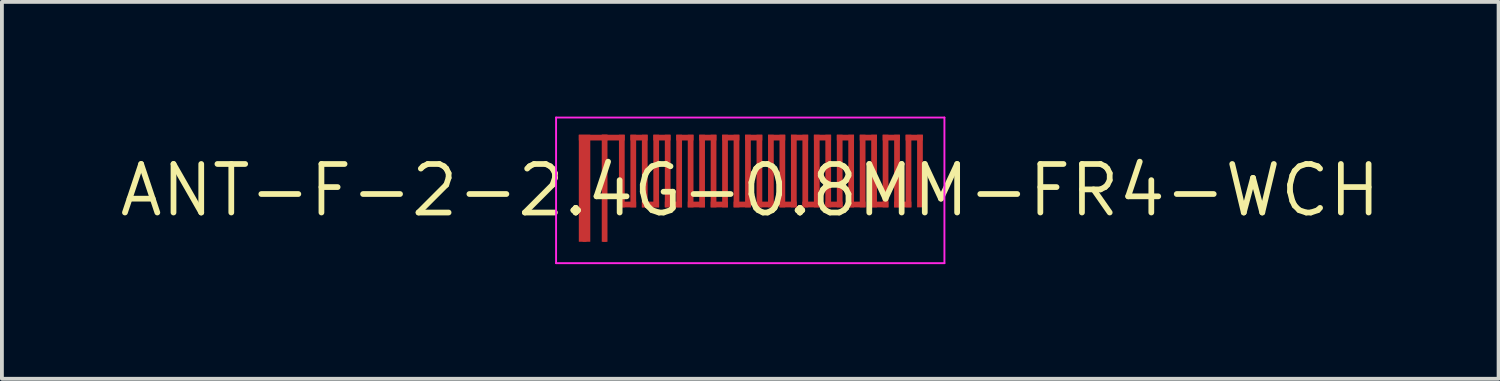
<source format=kicad_pcb>
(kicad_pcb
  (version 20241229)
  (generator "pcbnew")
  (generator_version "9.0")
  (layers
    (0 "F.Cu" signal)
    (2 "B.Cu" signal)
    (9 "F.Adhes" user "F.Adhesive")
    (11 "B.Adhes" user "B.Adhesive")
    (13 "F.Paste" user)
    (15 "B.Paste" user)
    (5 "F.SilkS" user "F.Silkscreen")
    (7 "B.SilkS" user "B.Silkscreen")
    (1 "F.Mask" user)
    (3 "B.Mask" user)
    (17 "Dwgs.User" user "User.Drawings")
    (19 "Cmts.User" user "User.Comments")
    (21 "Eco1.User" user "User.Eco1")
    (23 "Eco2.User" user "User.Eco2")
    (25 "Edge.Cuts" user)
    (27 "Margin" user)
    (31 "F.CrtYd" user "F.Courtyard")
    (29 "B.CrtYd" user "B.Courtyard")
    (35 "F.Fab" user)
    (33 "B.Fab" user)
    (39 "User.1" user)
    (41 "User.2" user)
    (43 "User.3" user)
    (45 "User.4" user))
  (footprint "ANT-F-2-2.4G-0.8MM-FR4-WCH"
    (layer "F.Cu")
    (at 16.578 1.93)
    (property "Reference" "ANT-F-2-2.4G-0.8MM-FR4-WCH" (at 0 0 0) (layer "F.SilkS") (effects (font (size 1.27 1.27) (thickness 0.15))))
    (attr exclude_from_pos_files exclude_from_bom)
    (fp_poly (pts (xy -4.485 1.345) (xy -4.185 1.345) (xy -4.185 -1.455) (xy -4.485 -1.455)) (stroke (width 0) (type solid)) (fill yes) (layer "F.Cu"))
    (fp_poly (pts (xy -3.885 -1.305) (xy -3.285 -1.305) (xy -3.285 -1.455) (xy -3.885 -1.455)) (stroke (width 0) (type solid)) (fill yes) (layer "F.Cu"))
    (fp_poly (pts (xy -3.885 1.345) (xy -3.735 1.345) (xy -3.735 -1.455) (xy -3.885 -1.455)) (stroke (width 0) (type solid)) (fill yes) (layer "F.Cu"))
    (fp_poly (pts (xy -3.735 -1.305) (xy -3.735 -1.455) (xy -4.485 -1.455) (xy -4.485 -1.305)) (stroke (width 0) (type solid)) (fill yes) (layer "F.Cu"))
    (fp_poly (pts (xy -3.435 0.445) (xy -3.285 0.445) (xy -3.285 -1.455) (xy -3.435 -1.455)) (stroke (width 0) (type solid)) (fill yes) (layer "F.Cu"))
    (fp_poly (pts (xy -3.435 0.445) (xy -2.985 0.445) (xy -2.985 0.295) (xy -3.435 0.295)) (stroke (width 0) (type solid)) (fill yes) (layer "F.Cu"))
    (fp_poly (pts (xy -3.135 0.445) (xy -2.985 0.445) (xy -2.985 -1.455) (xy -3.135 -1.455)) (stroke (width 0) (type solid)) (fill yes) (layer "F.Cu"))
    (fp_poly (pts (xy -3.135 -1.305) (xy -2.685 -1.305) (xy -2.685 -1.455) (xy -3.135 -1.455)) (stroke (width 0) (type solid)) (fill yes) (layer "F.Cu"))
    (fp_poly (pts (xy -2.835 0.445) (xy -2.685 0.445) (xy -2.685 -1.455) (xy -2.835 -1.455)) (stroke (width 0) (type solid)) (fill yes) (layer "F.Cu"))
    (fp_poly (pts (xy -2.835 0.445) (xy -2.385 0.445) (xy -2.385 0.295) (xy -2.835 0.295)) (stroke (width 0) (type solid)) (fill yes) (layer "F.Cu"))
    (fp_poly (pts (xy -2.535 -1.305) (xy -2.085 -1.305) (xy -2.085 -1.455) (xy -2.535 -1.455)) (stroke (width 0) (type solid)) (fill yes) (layer "F.Cu"))
    (fp_poly (pts (xy -2.535 0.445) (xy -2.385 0.445) (xy -2.385 -1.455) (xy -2.535 -1.455)) (stroke (width 0) (type solid)) (fill yes) (layer "F.Cu"))
    (fp_poly (pts (xy -2.235 0.445) (xy -2.085 0.445) (xy -2.085 -1.455) (xy -2.235 -1.455)) (stroke (width 0) (type solid)) (fill yes) (layer "F.Cu"))
    (fp_poly (pts (xy -2.235 0.445) (xy -1.785 0.445) (xy -1.785 0.295) (xy -2.235 0.295)) (stroke (width 0) (type solid)) (fill yes) (layer "F.Cu"))
    (fp_poly (pts (xy -1.935 0.445) (xy -1.785 0.445) (xy -1.785 -1.455) (xy -1.935 -1.455)) (stroke (width 0) (type solid)) (fill yes) (layer "F.Cu"))
    (fp_poly (pts (xy -1.935 -1.305) (xy -1.485 -1.305) (xy -1.485 -1.455) (xy -1.935 -1.455)) (stroke (width 0) (type solid)) (fill yes) (layer "F.Cu"))
    (fp_poly (pts (xy -1.635 0.445) (xy -1.485 0.445) (xy -1.485 -1.455) (xy -1.635 -1.455)) (stroke (width 0) (type solid)) (fill yes) (layer "F.Cu"))
    (fp_poly (pts (xy -1.635 0.445) (xy -1.185 0.445) (xy -1.185 0.295) (xy -1.635 0.295)) (stroke (width 0) (type solid)) (fill yes) (layer "F.Cu"))
    (fp_poly (pts (xy -1.335 0.445) (xy -1.185 0.445) (xy -1.185 -1.455) (xy -1.335 -1.455)) (stroke (width 0) (type solid)) (fill yes) (layer "F.Cu"))
    (fp_poly (pts (xy -1.335 -1.305) (xy -0.885 -1.305) (xy -0.885 -1.455) (xy -1.335 -1.455)) (stroke (width 0) (type solid)) (fill yes) (layer "F.Cu"))
    (fp_poly (pts (xy -1.035 0.445) (xy -0.885 0.445) (xy -0.885 -1.455) (xy -1.035 -1.455)) (stroke (width 0) (type solid)) (fill yes) (layer "F.Cu"))
    (fp_poly (pts (xy -1.035 0.445) (xy -0.585 0.445) (xy -0.585 0.295) (xy -1.035 0.295)) (stroke (width 0) (type solid)) (fill yes) (layer "F.Cu"))
    (fp_poly (pts (xy -0.735 0.445) (xy -0.585 0.445) (xy -0.585 -1.455) (xy -0.735 -1.455)) (stroke (width 0) (type solid)) (fill yes) (layer "F.Cu"))
    (fp_poly (pts (xy -0.735 -1.305) (xy -0.285 -1.305) (xy -0.285 -1.455) (xy -0.735 -1.455)) (stroke (width 0) (type solid)) (fill yes) (layer "F.Cu"))
    (fp_poly (pts (xy -0.435 0.445) (xy -0.285 0.445) (xy -0.285 -1.455) (xy -0.435 -1.455)) (stroke (width 0) (type solid)) (fill yes) (layer "F.Cu"))
    (fp_poly (pts (xy -0.435 0.445) (xy 0.015 0.445) (xy 0.015 0.295) (xy -0.435 0.295)) (stroke (width 0) (type solid)) (fill yes) (layer "F.Cu"))
    (fp_poly (pts (xy -0.135 0.445) (xy 0.015 0.445) (xy 0.015 -1.455) (xy -0.135 -1.455)) (stroke (width 0) (type solid)) (fill yes) (layer "F.Cu"))
    (fp_poly (pts (xy -0.135 -1.305) (xy 0.315 -1.305) (xy 0.315 -1.455) (xy -0.135 -1.455)) (stroke (width 0) (type solid)) (fill yes) (layer "F.Cu"))
    (fp_poly (pts (xy 0.165 0.445) (xy 0.315 0.445) (xy 0.315 -1.455) (xy 0.165 -1.455)) (stroke (width 0) (type solid)) (fill yes) (layer "F.Cu"))
    (fp_poly (pts (xy 0.165 0.445) (xy 0.615 0.445) (xy 0.615 0.295) (xy 0.165 0.295)) (stroke (width 0) (type solid)) (fill yes) (layer "F.Cu"))
    (fp_poly (pts (xy 0.465 0.445) (xy 0.615 0.445) (xy 0.615 -1.455) (xy 0.465 -1.455)) (stroke (width 0) (type solid)) (fill yes) (layer "F.Cu"))
    (fp_poly (pts (xy 0.465 -1.305) (xy 0.915 -1.305) (xy 0.915 -1.455) (xy 0.465 -1.455)) (stroke (width 0) (type solid)) (fill yes) (layer "F.Cu"))
    (fp_poly (pts (xy 0.765 0.445) (xy 0.915 0.445) (xy 0.915 -1.455) (xy 0.765 -1.455)) (stroke (width 0) (type solid)) (fill yes) (layer "F.Cu"))
    (fp_poly (pts (xy 0.765 0.445) (xy 1.215 0.445) (xy 1.215 0.295) (xy 0.765 0.295)) (stroke (width 0) (type solid)) (fill yes) (layer "F.Cu"))
    (fp_poly (pts (xy 1.065 0.445) (xy 1.215 0.445) (xy 1.215 -1.455) (xy 1.065 -1.455)) (stroke (width 0) (type solid)) (fill yes) (layer "F.Cu"))
    (fp_poly (pts (xy 1.065 -1.305) (xy 1.515 -1.305) (xy 1.515 -1.455) (xy 1.065 -1.455)) (stroke (width 0) (type solid)) (fill yes) (layer "F.Cu"))
    (fp_poly (pts (xy 1.365 0.445) (xy 1.515 0.445) (xy 1.515 -1.455) (xy 1.365 -1.455)) (stroke (width 0) (type solid)) (fill yes) (layer "F.Cu"))
    (fp_poly (pts (xy 1.365 0.445) (xy 1.815 0.445) (xy 1.815 0.295) (xy 1.365 0.295)) (stroke (width 0) (type solid)) (fill yes) (layer "F.Cu"))
    (fp_poly (pts (xy 1.665 0.445) (xy 1.815 0.445) (xy 1.815 -1.455) (xy 1.665 -1.455)) (stroke (width 0) (type solid)) (fill yes) (layer "F.Cu"))
    (fp_poly (pts (xy 1.665 -1.305) (xy 2.115 -1.305) (xy 2.115 -1.455) (xy 1.665 -1.455)) (stroke (width 0) (type solid)) (fill yes) (layer "F.Cu"))
    (fp_poly (pts (xy 1.965 0.445) (xy 2.115 0.445) (xy 2.115 -1.455) (xy 1.965 -1.455)) (stroke (width 0) (type solid)) (fill yes) (layer "F.Cu"))
    (fp_poly (pts (xy 1.965 0.445) (xy 2.415 0.445) (xy 2.415 0.295) (xy 1.965 0.295)) (stroke (width 0) (type solid)) (fill yes) (layer "F.Cu"))
    (fp_poly (pts (xy 2.265 0.445) (xy 2.415 0.445) (xy 2.415 -1.455) (xy 2.265 -1.455)) (stroke (width 0) (type solid)) (fill yes) (layer "F.Cu"))
    (fp_poly (pts (xy 2.265 -1.305) (xy 2.715 -1.305) (xy 2.715 -1.455) (xy 2.265 -1.455)) (stroke (width 0) (type solid)) (fill yes) (layer "F.Cu"))
    (fp_poly (pts (xy 2.565 0.445) (xy 2.715 0.445) (xy 2.715 -1.455) (xy 2.565 -1.455)) (stroke (width 0) (type solid)) (fill yes) (layer "F.Cu"))
    (fp_poly (pts (xy 2.565 0.445) (xy 3.015 0.445) (xy 3.015 0.295) (xy 2.565 0.295)) (stroke (width 0) (type solid)) (fill yes) (layer "F.Cu"))
    (fp_poly (pts (xy 2.865 0.445) (xy 3.015 0.445) (xy 3.015 -1.455) (xy 2.865 -1.455)) (stroke (width 0) (type solid)) (fill yes) (layer "F.Cu"))
    (fp_poly (pts (xy 2.865 -1.305) (xy 3.315 -1.305) (xy 3.315 -1.455) (xy 2.865 -1.455)) (stroke (width 0) (type solid)) (fill yes) (layer "F.Cu"))
    (fp_poly (pts (xy 3.165 0.445) (xy 3.315 0.445) (xy 3.315 -1.455) (xy 3.165 -1.455)) (stroke (width 0) (type solid)) (fill yes) (layer "F.Cu"))
    (fp_poly (pts (xy 3.165 0.445) (xy 3.615 0.445) (xy 3.615 0.295) (xy 3.165 0.295)) (stroke (width 0) (type solid)) (fill yes) (layer "F.Cu"))
    (fp_poly (pts (xy 3.465 0.445) (xy 3.615 0.445) (xy 3.615 -1.455) (xy 3.465 -1.455)) (stroke (width 0) (type solid)) (fill yes) (layer "F.Cu"))
    (fp_poly (pts (xy 3.465 -1.305) (xy 3.915 -1.305) (xy 3.915 -1.455) (xy 3.465 -1.455)) (stroke (width 0) (type solid)) (fill yes) (layer "F.Cu"))
    (fp_poly (pts (xy 3.765 0.445) (xy 3.915 0.445) (xy 3.915 -1.455) (xy 3.765 -1.455)) (stroke (width 0) (type solid)) (fill yes) (layer "F.Cu"))
    (fp_poly (pts (xy 3.765 0.445) (xy 4.215 0.445) (xy 4.215 0.295) (xy 3.765 0.295)) (stroke (width 0) (type solid)) (fill yes) (layer "F.Cu"))
    (fp_poly (pts (xy 4.065 0.445) (xy 4.215 0.445) (xy 4.215 -1.455) (xy 4.065 -1.455)) (stroke (width 0) (type solid)) (fill yes) (layer "F.Cu"))
    (fp_poly (pts (xy 4.065 -1.305) (xy 4.515 -1.305) (xy 4.515 -1.455) (xy 4.065 -1.455)) (stroke (width 0) (type solid)) (fill yes) (layer "F.Cu"))
    (fp_poly (pts (xy 4.365 0.445) (xy 4.515 0.445) (xy 4.515 -1.455) (xy 4.365 -1.455)) (stroke (width 0) (type solid)) (fill yes) (layer "F.Cu"))
    (fp_poly (pts (xy -4.485 1.345) (xy -4.185 1.345) (xy -4.185 -1.455) (xy -4.485 -1.455)) (stroke (width 0) (type solid)) (fill yes) (layer "F.Mask"))
    (fp_poly (pts (xy -3.885 -1.305) (xy -3.285 -1.305) (xy -3.285 -1.455) (xy -3.885 -1.455)) (stroke (width 0) (type solid)) (fill yes) (layer "F.Mask"))
    (fp_poly (pts (xy -3.885 1.345) (xy -3.735 1.345) (xy -3.735 -1.455) (xy -3.885 -1.455)) (stroke (width 0) (type solid)) (fill yes) (layer "F.Mask"))
    (fp_poly (pts (xy -3.735 -1.305) (xy -3.735 -1.455) (xy -4.485 -1.455) (xy -4.485 -1.305)) (stroke (width 0) (type solid)) (fill yes) (layer "F.Mask"))
    (fp_poly (pts (xy -3.435 0.445) (xy -3.285 0.445) (xy -3.285 -1.455) (xy -3.435 -1.455)) (stroke (width 0) (type solid)) (fill yes) (layer "F.Mask"))
    (fp_poly (pts (xy -3.435 0.445) (xy -2.985 0.445) (xy -2.985 0.295) (xy -3.435 0.295)) (stroke (width 0) (type solid)) (fill yes) (layer "F.Mask"))
    (fp_poly (pts (xy -3.135 0.445) (xy -2.985 0.445) (xy -2.985 -1.455) (xy -3.135 -1.455)) (stroke (width 0) (type solid)) (fill yes) (layer "F.Mask"))
    (fp_poly (pts (xy -3.135 -1.305) (xy -2.685 -1.305) (xy -2.685 -1.455) (xy -3.135 -1.455)) (stroke (width 0) (type solid)) (fill yes) (layer "F.Mask"))
    (fp_poly (pts (xy -2.835 0.445) (xy -2.685 0.445) (xy -2.685 -1.455) (xy -2.835 -1.455)) (stroke (width 0) (type solid)) (fill yes) (layer "F.Mask"))
    (fp_poly (pts (xy -2.835 0.445) (xy -2.385 0.445) (xy -2.385 0.295) (xy -2.835 0.295)) (stroke (width 0) (type solid)) (fill yes) (layer "F.Mask"))
    (fp_poly (pts (xy -2.535 -1.305) (xy -2.085 -1.305) (xy -2.085 -1.455) (xy -2.535 -1.455)) (stroke (width 0) (type solid)) (fill yes) (layer "F.Mask"))
    (fp_poly (pts (xy -2.535 0.445) (xy -2.385 0.445) (xy -2.385 -1.455) (xy -2.535 -1.455)) (stroke (width 0) (type solid)) (fill yes) (layer "F.Mask"))
    (fp_poly (pts (xy -2.235 0.445) (xy -2.085 0.445) (xy -2.085 -1.455) (xy -2.235 -1.455)) (stroke (width 0) (type solid)) (fill yes) (layer "F.Mask"))
    (fp_poly (pts (xy -2.235 0.445) (xy -1.785 0.445) (xy -1.785 0.295) (xy -2.235 0.295)) (stroke (width 0) (type solid)) (fill yes) (layer "F.Mask"))
    (fp_poly (pts (xy -1.935 0.445) (xy -1.785 0.445) (xy -1.785 -1.455) (xy -1.935 -1.455)) (stroke (width 0) (type solid)) (fill yes) (layer "F.Mask"))
    (fp_poly (pts (xy -1.935 -1.305) (xy -1.485 -1.305) (xy -1.485 -1.455) (xy -1.935 -1.455)) (stroke (width 0) (type solid)) (fill yes) (layer "F.Mask"))
    (fp_poly (pts (xy -1.635 0.445) (xy -1.485 0.445) (xy -1.485 -1.455) (xy -1.635 -1.455)) (stroke (width 0) (type solid)) (fill yes) (layer "F.Mask"))
    (fp_poly (pts (xy -1.635 0.445) (xy -1.185 0.445) (xy -1.185 0.295) (xy -1.635 0.295)) (stroke (width 0) (type solid)) (fill yes) (layer "F.Mask"))
    (fp_poly (pts (xy -1.335 0.445) (xy -1.185 0.445) (xy -1.185 -1.455) (xy -1.335 -1.455)) (stroke (width 0) (type solid)) (fill yes) (layer "F.Mask"))
    (fp_poly (pts (xy -1.335 -1.305) (xy -0.885 -1.305) (xy -0.885 -1.455) (xy -1.335 -1.455)) (stroke (width 0) (type solid)) (fill yes) (layer "F.Mask"))
    (fp_poly (pts (xy -1.035 0.445) (xy -0.885 0.445) (xy -0.885 -1.455) (xy -1.035 -1.455)) (stroke (width 0) (type solid)) (fill yes) (layer "F.Mask"))
    (fp_poly (pts (xy -1.035 0.445) (xy -0.585 0.445) (xy -0.585 0.295) (xy -1.035 0.295)) (stroke (width 0) (type solid)) (fill yes) (layer "F.Mask"))
    (fp_poly (pts (xy -0.735 0.445) (xy -0.585 0.445) (xy -0.585 -1.455) (xy -0.735 -1.455)) (stroke (width 0) (type solid)) (fill yes) (layer "F.Mask"))
    (fp_poly (pts (xy -0.735 -1.305) (xy -0.285 -1.305) (xy -0.285 -1.455) (xy -0.735 -1.455)) (stroke (width 0) (type solid)) (fill yes) (layer "F.Mask"))
    (fp_poly (pts (xy -0.435 0.445) (xy -0.285 0.445) (xy -0.285 -1.455) (xy -0.435 -1.455)) (stroke (width 0) (type solid)) (fill yes) (layer "F.Mask"))
    (fp_poly (pts (xy -0.435 0.445) (xy 0.015 0.445) (xy 0.015 0.295) (xy -0.435 0.295)) (stroke (width 0) (type solid)) (fill yes) (layer "F.Mask"))
    (fp_poly (pts (xy -0.135 0.445) (xy 0.015 0.445) (xy 0.015 -1.455) (xy -0.135 -1.455)) (stroke (width 0) (type solid)) (fill yes) (layer "F.Mask"))
    (fp_poly (pts (xy -0.135 -1.305) (xy 0.315 -1.305) (xy 0.315 -1.455) (xy -0.135 -1.455)) (stroke (width 0) (type solid)) (fill yes) (layer "F.Mask"))
    (fp_poly (pts (xy 0.165 0.445) (xy 0.315 0.445) (xy 0.315 -1.455) (xy 0.165 -1.455)) (stroke (width 0) (type solid)) (fill yes) (layer "F.Mask"))
    (fp_poly (pts (xy 0.165 0.445) (xy 0.615 0.445) (xy 0.615 0.295) (xy 0.165 0.295)) (stroke (width 0) (type solid)) (fill yes) (layer "F.Mask"))
    (fp_poly (pts (xy 0.465 0.445) (xy 0.615 0.445) (xy 0.615 -1.455) (xy 0.465 -1.455)) (stroke (width 0) (type solid)) (fill yes) (layer "F.Mask"))
    (fp_poly (pts (xy 0.465 -1.305) (xy 0.915 -1.305) (xy 0.915 -1.455) (xy 0.465 -1.455)) (stroke (width 0) (type solid)) (fill yes) (layer "F.Mask"))
    (fp_poly (pts (xy 0.765 0.445) (xy 0.915 0.445) (xy 0.915 -1.455) (xy 0.765 -1.455)) (stroke (width 0) (type solid)) (fill yes) (layer "F.Mask"))
    (fp_poly (pts (xy 0.765 0.445) (xy 1.215 0.445) (xy 1.215 0.295) (xy 0.765 0.295)) (stroke (width 0) (type solid)) (fill yes) (layer "F.Mask"))
    (fp_poly (pts (xy 1.065 0.445) (xy 1.215 0.445) (xy 1.215 -1.455) (xy 1.065 -1.455)) (stroke (width 0) (type solid)) (fill yes) (layer "F.Mask"))
    (fp_poly (pts (xy 1.065 -1.305) (xy 1.515 -1.305) (xy 1.515 -1.455) (xy 1.065 -1.455)) (stroke (width 0) (type solid)) (fill yes) (layer "F.Mask"))
    (fp_poly (pts (xy 1.365 0.445) (xy 1.515 0.445) (xy 1.515 -1.455) (xy 1.365 -1.455)) (stroke (width 0) (type solid)) (fill yes) (layer "F.Mask"))
    (fp_poly (pts (xy 1.365 0.445) (xy 1.815 0.445) (xy 1.815 0.295) (xy 1.365 0.295)) (stroke (width 0) (type solid)) (fill yes) (layer "F.Mask"))
    (fp_poly (pts (xy 1.665 0.445) (xy 1.815 0.445) (xy 1.815 -1.455) (xy 1.665 -1.455)) (stroke (width 0) (type solid)) (fill yes) (layer "F.Mask"))
    (fp_poly (pts (xy 1.665 -1.305) (xy 2.115 -1.305) (xy 2.115 -1.455) (xy 1.665 -1.455)) (stroke (width 0) (type solid)) (fill yes) (layer "F.Mask"))
    (fp_poly (pts (xy 1.965 0.445) (xy 2.115 0.445) (xy 2.115 -1.455) (xy 1.965 -1.455)) (stroke (width 0) (type solid)) (fill yes) (layer "F.Mask"))
    (fp_poly (pts (xy 1.965 0.445) (xy 2.415 0.445) (xy 2.415 0.295) (xy 1.965 0.295)) (stroke (width 0) (type solid)) (fill yes) (layer "F.Mask"))
    (fp_poly (pts (xy 2.265 0.445) (xy 2.415 0.445) (xy 2.415 -1.455) (xy 2.265 -1.455)) (stroke (width 0) (type solid)) (fill yes) (layer "F.Mask"))
    (fp_poly (pts (xy 2.265 -1.305) (xy 2.715 -1.305) (xy 2.715 -1.455) (xy 2.265 -1.455)) (stroke (width 0) (type solid)) (fill yes) (layer "F.Mask"))
    (fp_poly (pts (xy 2.565 0.445) (xy 2.715 0.445) (xy 2.715 -1.455) (xy 2.565 -1.455)) (stroke (width 0) (type solid)) (fill yes) (layer "F.Mask"))
    (fp_poly (pts (xy 2.565 0.445) (xy 3.015 0.445) (xy 3.015 0.295) (xy 2.565 0.295)) (stroke (width 0) (type solid)) (fill yes) (layer "F.Mask"))
    (fp_poly (pts (xy 2.865 0.445) (xy 3.015 0.445) (xy 3.015 -1.455) (xy 2.865 -1.455)) (stroke (width 0) (type solid)) (fill yes) (layer "F.Mask"))
    (fp_poly (pts (xy 2.865 -1.305) (xy 3.315 -1.305) (xy 3.315 -1.455) (xy 2.865 -1.455)) (stroke (width 0) (type solid)) (fill yes) (layer "F.Mask"))
    (fp_poly (pts (xy 3.165 0.445) (xy 3.315 0.445) (xy 3.315 -1.455) (xy 3.165 -1.455)) (stroke (width 0) (type solid)) (fill yes) (layer "F.Mask"))
    (fp_poly (pts (xy 3.165 0.445) (xy 3.615 0.445) (xy 3.615 0.295) (xy 3.165 0.295)) (stroke (width 0) (type solid)) (fill yes) (layer "F.Mask"))
    (fp_poly (pts (xy 3.465 0.445) (xy 3.615 0.445) (xy 3.615 -1.455) (xy 3.465 -1.455)) (stroke (width 0) (type solid)) (fill yes) (layer "F.Mask"))
    (fp_poly (pts (xy 3.465 -1.305) (xy 3.915 -1.305) (xy 3.915 -1.455) (xy 3.465 -1.455)) (stroke (width 0) (type solid)) (fill yes) (layer "F.Mask"))
    (fp_poly (pts (xy 3.765 0.445) (xy 3.915 0.445) (xy 3.915 -1.455) (xy 3.765 -1.455)) (stroke (width 0) (type solid)) (fill yes) (layer "F.Mask"))
    (fp_poly (pts (xy 3.765 0.445) (xy 4.215 0.445) (xy 4.215 0.295) (xy 3.765 0.295)) (stroke (width 0) (type solid)) (fill yes) (layer "F.Mask"))
    (fp_poly (pts (xy 4.065 0.445) (xy 4.215 0.445) (xy 4.215 -1.455) (xy 4.065 -1.455)) (stroke (width 0) (type solid)) (fill yes) (layer "F.Mask"))
    (fp_poly (pts (xy 4.065 -1.305) (xy 4.515 -1.305) (xy 4.515 -1.455) (xy 4.065 -1.455)) (stroke (width 0) (type solid)) (fill yes) (layer "F.Mask"))
    (fp_poly (pts (xy 4.365 0.445) (xy 4.515 0.445) (xy 4.515 -1.455) (xy 4.365 -1.455)) (stroke (width 0) (type solid)) (fill yes) (layer "F.Mask"))
    (fp_line (start -5.08 -1.905) (end -5.08 1.905) (stroke (width 0.05) (type solid)) (layer "F.CrtYd"))
    (fp_line (start -5.08 1.905) (end 5.08 1.905) (stroke (width 0.05) (type solid)) (layer "F.CrtYd"))
    (fp_line (start 5.08 -1.905) (end -5.08 -1.905) (stroke (width 0.05) (type solid)) (layer "F.CrtYd"))
    (fp_line (start 5.08 1.905) (end 5.08 -1.905) (stroke (width 0.05) (type solid)) (layer "F.CrtYd"))
    (pad "1" smd rect (at -3.81 1.295) (size 0.1 0.1) (layers "F.Cu"))
    (pad "2" smd rect (at -4.335 1.295) (size 0.1 0.1) (layers "F.Cu")))
  (gr_rect
    (start -3 -3)
    (end 36.156 6.86)
    (stroke (width 0.1) (type default))
    (fill no)
    (layer "Edge.Cuts")))
</source>
